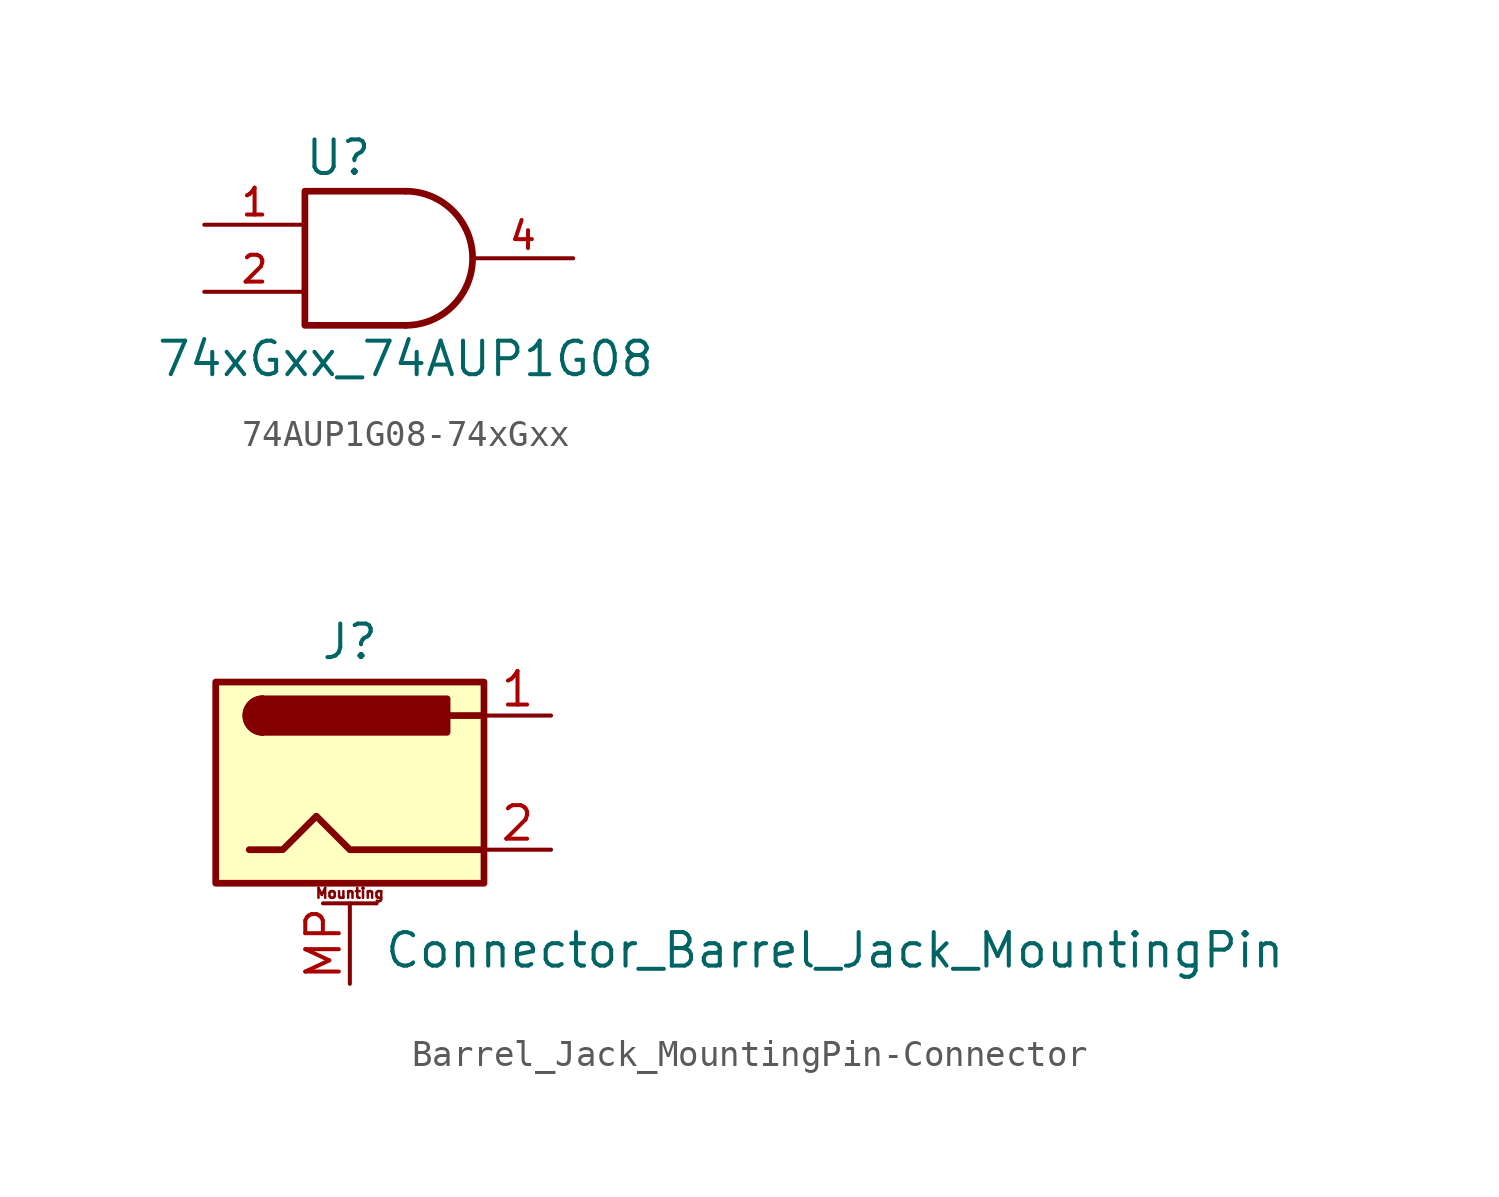
<source format=kicad_sym>
(kicad_symbol_lib
  (version 20220914)
  (generator kicad_symbol_editor)
  (symbol "74AUP1G08-74xGxx"
    (pin_names
      (offset 1.016))
    (property "Reference" "U"
      (at -2.54 3.81 0)
      (effects (font (size 1.27 1.27))))
    (property "Value" "74xGxx_74AUP1G08"
      (at 0 -3.81 0)
      (effects (font (size 1.27 1.27))))
    (symbol "74AUP1G08-74xGxx_0_1"
      (arc (start 0 -2.54) (mid 2.529 0) (end 0 2.54) (stroke (width 0.254) (type solid)) (fill (type none)))
      (polyline (pts (xy 0 -2.54) (xy -3.81 -2.54) (xy -3.81 2.54) (xy 0 2.54)) (stroke (width 0.254) (type solid)) (fill (type none))))
    (symbol "74AUP1G08-74xGxx_1_1"
      (pin input line (at -7.62 1.27 0) (length 3.81) (name "~" (effects (font (size 1.016 1.016)))) (number "1" (effects (font (size 1.016 1.016)))))
      (pin input line (at -7.62 -1.27 0) (length 3.81) (name "~" (effects (font (size 1.016 1.016)))) (number "2" (effects (font (size 1.016 1.016)))))
      (pin power_in line (at 0 -2.54 270) (length 0) hide (name "GND" (effects (font (size 1.016 1.016)))) (number "3" (effects (font (size 1.016 1.016)))))
      (pin output line (at 6.35 0 180) (length 3.81) (name "~" (effects (font (size 1.016 1.016)))) (number "4" (effects (font (size 1.016 1.016)))))
      (pin power_in line (at 0 2.54 90) (length 0) hide (name "VCC" (effects (font (size 1.016 1.016)))) (number "5" (effects (font (size 1.016 1.016)))))))
  (symbol "Barrel_Jack_MountingPin-Connector"
    (pin_names hide)
    (property "Reference" "J"
      (at 0 5.334 0)
      (effects (font (size 1.27 1.27))))
    (property "Value" "Connector_Barrel_Jack_MountingPin"
      (at 1.27 -6.35 0)
      (effects (font (size 1.27 1.27)) (justify left)))
    (symbol "Barrel_Jack_MountingPin-Connector_0_1"
      (rectangle (start -5.08 3.81) (end 5.08 -3.81) (stroke (width 0.254) (type solid)) (fill (type background)))
      (arc (start -3.302 3.175) (mid -3.9343 2.54) (end -3.302 1.905) (stroke (width 0.254) (type solid)) (fill (type none)))
      (arc (start -3.302 3.175) (mid -3.9343 2.54) (end -3.302 1.905) (stroke (width 0.254) (type solid)) (fill (type outline)))
      (polyline (pts (xy 5.08 2.54) (xy 3.81 2.54)) (stroke (width 0.254) (type solid)) (fill (type none)))
      (polyline (pts (xy -3.81 -2.54) (xy -2.54 -2.54) (xy -1.27 -1.27) (xy 0 -2.54) (xy 2.54 -2.54) (xy 5.08 -2.54)) (stroke (width 0.254) (type solid)) (fill (type none)))
      (rectangle (start 3.683 3.175) (end -3.302 1.905) (stroke (width 0.254) (type solid)) (fill (type outline))))
    (symbol "Barrel_Jack_MountingPin-Connector_1_1"
      (polyline (pts (xy -1.016 -4.572) (xy 1.016 -4.572)) (stroke (width 0.152) (type solid)) (fill (type none)))
      (text "Mounting" (at 0 -4.191 0) (effects (font (size 0.381 0.381))))
      (pin passive line (at 7.62 2.54 180) (length 2.54) (name "~" (effects (font (size 1.27 1.27)))) (number "1" (effects (font (size 1.27 1.27)))))
      (pin passive line (at 7.62 -2.54 180) (length 2.54) (name "~" (effects (font (size 1.27 1.27)))) (number "2" (effects (font (size 1.27 1.27)))))
      (pin passive line (at 0 -7.62 90) (length 3.048) (name "MountPin" (effects (font (size 1.27 1.27)))) (number "MP" (effects (font (size 1.27 1.27))))))))
</source>
